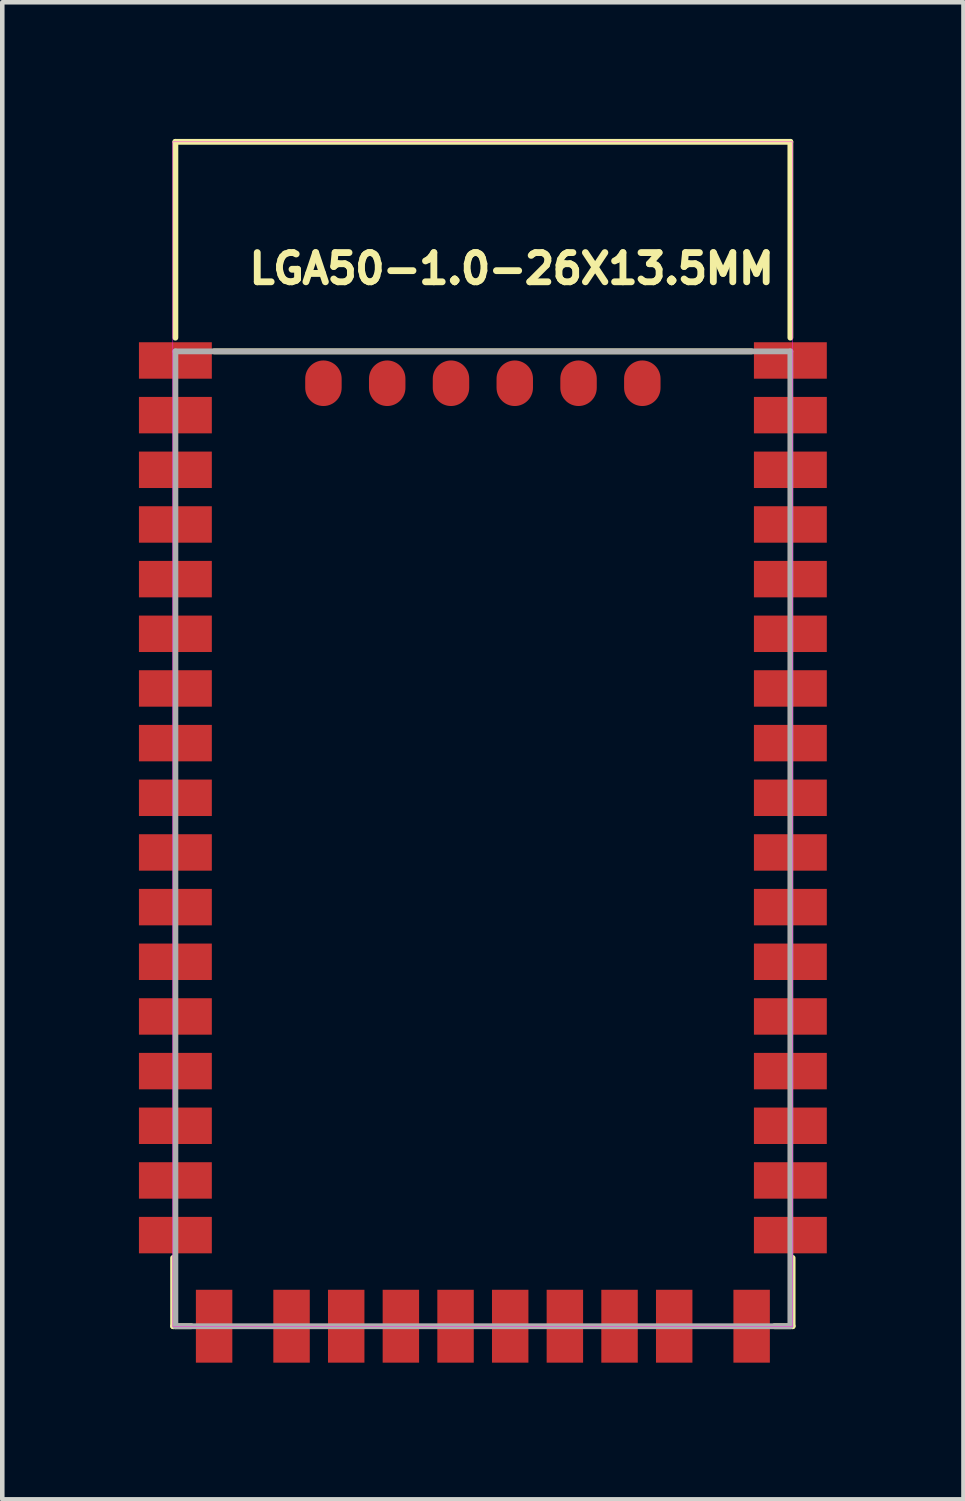
<source format=kicad_pcb>
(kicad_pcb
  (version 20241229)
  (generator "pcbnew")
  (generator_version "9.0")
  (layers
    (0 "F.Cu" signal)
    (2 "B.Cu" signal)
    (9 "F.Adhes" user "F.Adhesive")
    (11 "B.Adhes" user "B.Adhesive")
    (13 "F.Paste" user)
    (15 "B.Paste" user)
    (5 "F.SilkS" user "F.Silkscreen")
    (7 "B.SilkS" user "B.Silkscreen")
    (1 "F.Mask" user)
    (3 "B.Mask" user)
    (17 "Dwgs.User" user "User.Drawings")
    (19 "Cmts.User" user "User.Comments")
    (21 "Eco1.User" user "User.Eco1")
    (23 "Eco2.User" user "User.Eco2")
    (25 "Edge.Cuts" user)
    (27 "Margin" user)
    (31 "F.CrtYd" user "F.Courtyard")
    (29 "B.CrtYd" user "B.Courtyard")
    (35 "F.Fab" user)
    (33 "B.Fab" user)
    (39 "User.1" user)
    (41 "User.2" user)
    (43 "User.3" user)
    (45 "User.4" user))
  (footprint "LGA50-1.0-26X13.5MM"
    (layer "F.Cu")
    (at 7.55 13.063)
    (property "Reference" "LGA50-1.0-26X13.5MM" (at 0.633 -10.216 0) (layer "F.SilkS") (effects (font (size 0.641 0.641) (thickness 0.15))))
    (attr through_hole)
    (fp_line (start -6.8 13) (end -6.8 11.5) (stroke (width 0.127) (type solid)) (layer "F.SilkS"))
    (fp_line (start -6.75 -13) (end -6.75 -8.7) (stroke (width 0.127) (type solid)) (layer "F.SilkS"))
    (fp_line (start -6.4 13) (end -6.8 13) (stroke (width 0.127) (type solid)) (layer "F.SilkS"))
    (fp_line (start -5.9 -8.4) (end 5.9 -8.4) (stroke (width 0.127) (type solid)) (layer "F.SilkS"))
    (fp_line (start 6.4 13) (end 6.8 13) (stroke (width 0.127) (type solid)) (layer "F.SilkS"))
    (fp_line (start 6.75 -13) (end -6.75 -13) (stroke (width 0.127) (type solid)) (layer "F.SilkS"))
    (fp_line (start 6.75 -8.7) (end 6.75 -13) (stroke (width 0.127) (type solid)) (layer "F.SilkS"))
    (fp_line (start 6.8 13) (end 6.8 11.5) (stroke (width 0.127) (type solid)) (layer "F.SilkS"))
    (fp_poly (pts (xy -6.806 -13) (xy 6.8 -13) (xy 6.8 13.011) (xy -6.806 13.011)) (stroke (width 0.01) (type solid)) (fill no) (layer "F.CrtYd"))
    (fp_line (start -6.75 -8.4) (end -6.75 13) (stroke (width 0.127) (type solid)) (layer "F.Fab"))
    (fp_line (start -6.75 -8.4) (end 6.75 -8.4) (stroke (width 0.127) (type solid)) (layer "F.Fab"))
    (fp_line (start -6.75 13) (end 6.75 13) (stroke (width 0.127) (type solid)) (layer "F.Fab"))
    (fp_line (start 6.75 13) (end 6.75 -8.4) (stroke (width 0.127) (type solid)) (layer "F.Fab"))
    (pad "1" smd rect (at -6.75 -8.2) (size 1.6 0.8) (layers "F.Cu" "F.Mask" "F.Paste"))
    (pad "2" smd rect (at -6.75 -7) (size 1.6 0.8) (layers "F.Cu" "F.Mask" "F.Paste"))
    (pad "3" smd rect (at -6.75 -5.8) (size 1.6 0.8) (layers "F.Cu" "F.Mask" "F.Paste"))
    (pad "4" smd rect (at -6.75 -4.6) (size 1.6 0.8) (layers "F.Cu" "F.Mask" "F.Paste"))
    (pad "5" smd rect (at -6.75 -3.4) (size 1.6 0.8) (layers "F.Cu" "F.Mask" "F.Paste"))
    (pad "6" smd rect (at -6.75 -2.2) (size 1.6 0.8) (layers "F.Cu" "F.Mask" "F.Paste"))
    (pad "7" smd rect (at -6.75 -1) (size 1.6 0.8) (layers "F.Cu" "F.Mask" "F.Paste"))
    (pad "8" smd rect (at -6.75 0.2) (size 1.6 0.8) (layers "F.Cu" "F.Mask" "F.Paste"))
    (pad "9" smd rect (at -6.75 1.4) (size 1.6 0.8) (layers "F.Cu" "F.Mask" "F.Paste"))
    (pad "10" smd rect (at -6.75 2.6) (size 1.6 0.8) (layers "F.Cu" "F.Mask" "F.Paste"))
    (pad "11" smd rect (at -6.75 3.8) (size 1.6 0.8) (layers "F.Cu" "F.Mask" "F.Paste"))
    (pad "12" smd rect (at -6.75 5) (size 1.6 0.8) (layers "F.Cu" "F.Mask" "F.Paste"))
    (pad "13" smd rect (at -6.75 6.2) (size 1.6 0.8) (layers "F.Cu" "F.Mask" "F.Paste"))
    (pad "14" smd rect (at -6.75 7.4) (size 1.6 0.8) (layers "F.Cu" "F.Mask" "F.Paste"))
    (pad "15" smd rect (at -6.75 8.6) (size 1.6 0.8) (layers "F.Cu" "F.Mask" "F.Paste"))
    (pad "16" smd rect (at -6.75 9.8) (size 1.6 0.8) (layers "F.Cu" "F.Mask" "F.Paste"))
    (pad "17" smd rect (at -6.75 11) (size 1.6 0.8) (layers "F.Cu" "F.Mask" "F.Paste"))
    (pad "18" smd rect (at -5.9 13 90) (size 1.6 0.8) (layers "F.Cu" "F.Mask" "F.Paste"))
    (pad "19" smd rect (at -4.2 13 90) (size 1.6 0.8) (layers "F.Cu" "F.Mask" "F.Paste"))
    (pad "20" smd rect (at -3 13 90) (size 1.6 0.8) (layers "F.Cu" "F.Mask" "F.Paste"))
    (pad "21" smd rect (at -1.8 13 90) (size 1.6 0.8) (layers "F.Cu" "F.Mask" "F.Paste"))
    (pad "22" smd rect (at -0.6 13 90) (size 1.6 0.8) (layers "F.Cu" "F.Mask" "F.Paste"))
    (pad "23" smd rect (at 0.6 13 90) (size 1.6 0.8) (layers "F.Cu" "F.Mask" "F.Paste"))
    (pad "24" smd rect (at 1.8 13 90) (size 1.6 0.8) (layers "F.Cu" "F.Mask" "F.Paste"))
    (pad "25" smd rect (at 3 13 90) (size 1.6 0.8) (layers "F.Cu" "F.Mask" "F.Paste"))
    (pad "26" smd rect (at 4.2 13 90) (size 1.6 0.8) (layers "F.Cu" "F.Mask" "F.Paste"))
    (pad "27" smd rect (at 5.9 13 90) (size 1.6 0.8) (layers "F.Cu" "F.Mask" "F.Paste"))
    (pad "28" smd rect (at 6.75 11) (size 1.6 0.8) (layers "F.Cu" "F.Mask" "F.Paste"))
    (pad "29" smd rect (at 6.75 9.8) (size 1.6 0.8) (layers "F.Cu" "F.Mask" "F.Paste"))
    (pad "30" smd rect (at 6.75 8.6) (size 1.6 0.8) (layers "F.Cu" "F.Mask" "F.Paste"))
    (pad "31" smd rect (at 6.75 7.4) (size 1.6 0.8) (layers "F.Cu" "F.Mask" "F.Paste"))
    (pad "32" smd rect (at 6.75 6.2) (size 1.6 0.8) (layers "F.Cu" "F.Mask" "F.Paste"))
    (pad "33" smd rect (at 6.75 5) (size 1.6 0.8) (layers "F.Cu" "F.Mask" "F.Paste"))
    (pad "34" smd rect (at 6.75 3.8) (size 1.6 0.8) (layers "F.Cu" "F.Mask" "F.Paste"))
    (pad "35" smd rect (at 6.75 2.6) (size 1.6 0.8) (layers "F.Cu" "F.Mask" "F.Paste"))
    (pad "36" smd rect (at 6.75 1.4) (size 1.6 0.8) (layers "F.Cu" "F.Mask" "F.Paste"))
    (pad "37" smd rect (at 6.75 0.2) (size 1.6 0.8) (layers "F.Cu" "F.Mask" "F.Paste"))
    (pad "38" smd rect (at 6.75 -1) (size 1.6 0.8) (layers "F.Cu" "F.Mask" "F.Paste"))
    (pad "39" smd rect (at 6.75 -2.2) (size 1.6 0.8) (layers "F.Cu" "F.Mask" "F.Paste"))
    (pad "40" smd rect (at 6.75 -3.4) (size 1.6 0.8) (layers "F.Cu" "F.Mask" "F.Paste"))
    (pad "41" smd rect (at 6.75 -4.6) (size 1.6 0.8) (layers "F.Cu" "F.Mask" "F.Paste"))
    (pad "42" smd rect (at 6.75 -5.8) (size 1.6 0.8) (layers "F.Cu" "F.Mask" "F.Paste"))
    (pad "43" smd rect (at 6.75 -7) (size 1.6 0.8) (layers "F.Cu" "F.Mask" "F.Paste"))
    (pad "44" smd rect (at 6.75 -8.2) (size 1.6 0.8) (layers "F.Cu" "F.Mask" "F.Paste"))
    (pad "45" smd oval (at 3.5 -7.7) (size 0.8 1) (layers "F.Cu" "F.Mask" "F.Paste"))
    (pad "46" smd oval (at 2.1 -7.7) (size 0.8 1) (layers "F.Cu" "F.Mask" "F.Paste"))
    (pad "47" smd oval (at 0.7 -7.7) (size 0.8 1) (layers "F.Cu" "F.Mask" "F.Paste"))
    (pad "48" smd oval (at -0.7 -7.7) (size 0.8 1) (layers "F.Cu" "F.Mask" "F.Paste"))
    (pad "49" smd oval (at -2.1 -7.7) (size 0.8 1) (layers "F.Cu" "F.Mask" "F.Paste"))
    (pad "50" smd oval (at -3.5 -7.7) (size 0.8 1) (layers "F.Cu" "F.Mask" "F.Paste")))
  (gr_rect
    (start -3 -3)
    (end 18.1 29.863)
    (stroke (width 0.1) (type default))
    (fill no)
    (layer "Edge.Cuts")))
</source>
